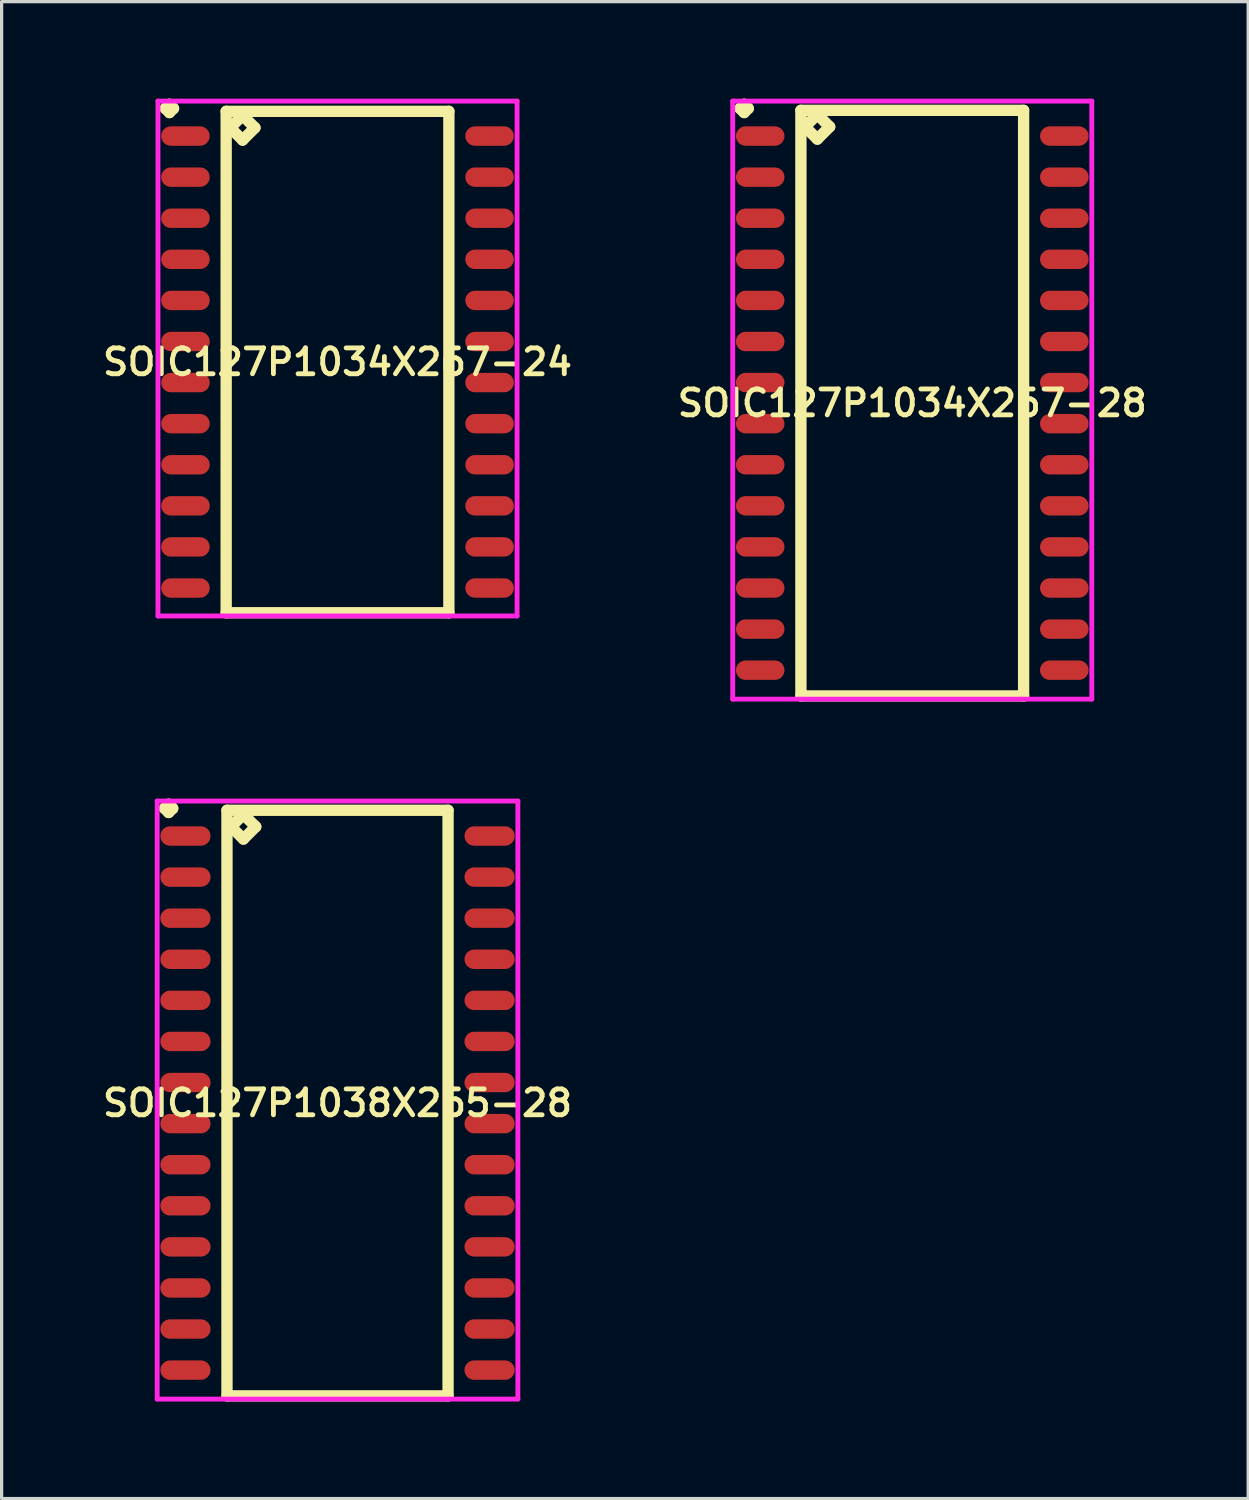
<source format=kicad_pcb>
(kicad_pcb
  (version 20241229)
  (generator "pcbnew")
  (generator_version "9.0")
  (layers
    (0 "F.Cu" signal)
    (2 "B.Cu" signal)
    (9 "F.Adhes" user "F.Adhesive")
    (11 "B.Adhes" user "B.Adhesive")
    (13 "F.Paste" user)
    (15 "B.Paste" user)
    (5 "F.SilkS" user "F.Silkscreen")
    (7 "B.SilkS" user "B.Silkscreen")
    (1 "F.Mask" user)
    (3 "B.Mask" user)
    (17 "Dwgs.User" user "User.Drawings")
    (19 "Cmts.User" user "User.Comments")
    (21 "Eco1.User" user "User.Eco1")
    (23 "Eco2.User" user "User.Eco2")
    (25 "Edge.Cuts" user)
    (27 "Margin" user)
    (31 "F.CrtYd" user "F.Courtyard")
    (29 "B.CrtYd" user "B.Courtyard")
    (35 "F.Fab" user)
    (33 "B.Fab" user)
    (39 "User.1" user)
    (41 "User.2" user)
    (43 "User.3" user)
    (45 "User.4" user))
  (footprint "SOIC127P1034X267-24"
    (layer "F.Cu")
    (at 7.383 8.141)
    (property "Reference" "SOIC127P1034X267-24" (at 0 0 0) (layer "F.SilkS") (effects (font (size 0.8 0.8) (thickness 0.15))))
    (attr through_hole)
    (fp_line (start -5.323 -7.839) (end -5.196 -7.966) (stroke (width 0.35) (type solid)) (layer "F.SilkS"))
    (fp_line (start -5.196 -7.966) (end -5.069 -7.839) (stroke (width 0.35) (type solid)) (layer "F.SilkS"))
    (fp_line (start -5.196 -7.712) (end -5.323 -7.839) (stroke (width 0.35) (type solid)) (layer "F.SilkS"))
    (fp_line (start -5.069 -7.839) (end -5.196 -7.712) (stroke (width 0.35) (type solid)) (layer "F.SilkS"))
    (fp_line (start -3.442 -7.75) (end -3.442 7.75) (stroke (width 0.35) (type solid)) (layer "F.SilkS"))
    (fp_line (start -3.442 7.75) (end 3.442 7.75) (stroke (width 0.35) (type solid)) (layer "F.SilkS"))
    (fp_line (start -3.315 -7.242) (end -2.934 -7.623) (stroke (width 0.35) (type solid)) (layer "F.SilkS"))
    (fp_line (start -2.934 -7.623) (end -2.553 -7.242) (stroke (width 0.35) (type solid)) (layer "F.SilkS"))
    (fp_line (start -2.934 -6.861) (end -3.315 -7.242) (stroke (width 0.35) (type solid)) (layer "F.SilkS"))
    (fp_line (start -2.553 -7.242) (end -2.934 -6.861) (stroke (width 0.35) (type solid)) (layer "F.SilkS"))
    (fp_line (start 3.442 -7.75) (end -3.442 -7.75) (stroke (width 0.35) (type solid)) (layer "F.SilkS"))
    (fp_line (start 3.442 7.75) (end 3.442 -7.75) (stroke (width 0.35) (type solid)) (layer "F.SilkS"))
    (fp_line (start -5.55 -8.066) (end 5.55 -8.066) (stroke (width 0.15) (type solid)) (layer "F.CrtYd"))
    (fp_line (start -5.55 7.85) (end -5.55 -8.066) (stroke (width 0.15) (type solid)) (layer "F.CrtYd"))
    (fp_line (start 5.55 -8.066) (end 5.55 7.85) (stroke (width 0.15) (type solid)) (layer "F.CrtYd"))
    (fp_line (start 5.55 7.85) (end -5.55 7.85) (stroke (width 0.15) (type solid)) (layer "F.CrtYd"))
    (pad "1" smd oval (at -4.7 -6.985) (size 1.5 0.6) (layers "F.Cu" "F.Mask" "F.Paste"))
    (pad "2" smd oval (at -4.7 -5.715) (size 1.5 0.6) (layers "F.Cu" "F.Mask" "F.Paste"))
    (pad "3" smd oval (at -4.7 -4.445) (size 1.5 0.6) (layers "F.Cu" "F.Mask" "F.Paste"))
    (pad "4" smd oval (at -4.7 -3.175) (size 1.5 0.6) (layers "F.Cu" "F.Mask" "F.Paste"))
    (pad "5" smd oval (at -4.7 -1.905) (size 1.5 0.6) (layers "F.Cu" "F.Mask" "F.Paste"))
    (pad "6" smd oval (at -4.7 -0.635) (size 1.5 0.6) (layers "F.Cu" "F.Mask" "F.Paste"))
    (pad "7" smd oval (at -4.7 0.635) (size 1.5 0.6) (layers "F.Cu" "F.Mask" "F.Paste"))
    (pad "8" smd oval (at -4.7 1.905) (size 1.5 0.6) (layers "F.Cu" "F.Mask" "F.Paste"))
    (pad "9" smd oval (at -4.7 3.175) (size 1.5 0.6) (layers "F.Cu" "F.Mask" "F.Paste"))
    (pad "10" smd oval (at -4.7 4.445) (size 1.5 0.6) (layers "F.Cu" "F.Mask" "F.Paste"))
    (pad "11" smd oval (at -4.7 5.715) (size 1.5 0.6) (layers "F.Cu" "F.Mask" "F.Paste"))
    (pad "12" smd oval (at -4.7 6.985) (size 1.5 0.6) (layers "F.Cu" "F.Mask" "F.Paste"))
    (pad "13" smd oval (at 4.7 6.985) (size 1.5 0.6) (layers "F.Cu" "F.Mask" "F.Paste"))
    (pad "14" smd oval (at 4.7 5.715) (size 1.5 0.6) (layers "F.Cu" "F.Mask" "F.Paste"))
    (pad "15" smd oval (at 4.7 4.445) (size 1.5 0.6) (layers "F.Cu" "F.Mask" "F.Paste"))
    (pad "16" smd oval (at 4.7 3.175) (size 1.5 0.6) (layers "F.Cu" "F.Mask" "F.Paste"))
    (pad "17" smd oval (at 4.7 1.905) (size 1.5 0.6) (layers "F.Cu" "F.Mask" "F.Paste"))
    (pad "18" smd oval (at 4.7 0.635) (size 1.5 0.6) (layers "F.Cu" "F.Mask" "F.Paste"))
    (pad "19" smd oval (at 4.7 -0.635) (size 1.5 0.6) (layers "F.Cu" "F.Mask" "F.Paste"))
    (pad "20" smd oval (at 4.7 -1.905) (size 1.5 0.6) (layers "F.Cu" "F.Mask" "F.Paste"))
    (pad "21" smd oval (at 4.7 -3.175) (size 1.5 0.6) (layers "F.Cu" "F.Mask" "F.Paste"))
    (pad "22" smd oval (at 4.7 -4.445) (size 1.5 0.6) (layers "F.Cu" "F.Mask" "F.Paste"))
    (pad "23" smd oval (at 4.7 -5.715) (size 1.5 0.6) (layers "F.Cu" "F.Mask" "F.Paste"))
    (pad "24" smd oval (at 4.7 -6.985) (size 1.5 0.6) (layers "F.Cu" "F.Mask" "F.Paste")))
  (footprint "SOIC127P1038X265-28"
    (layer "F.Cu")
    (at 7.383 31.047)
    (property "Reference" "SOIC127P1038X265-28" (at 0 0 0) (layer "F.SilkS") (effects (font (size 0.8 0.8) (thickness 0.15))))
    (attr smd)
    (fp_line (start -5.348 -9.109) (end -5.221 -9.236) (stroke (width 0.35) (type solid)) (layer "F.SilkS"))
    (fp_line (start -5.221 -9.236) (end -5.094 -9.109) (stroke (width 0.35) (type solid)) (layer "F.SilkS"))
    (fp_line (start -5.221 -8.982) (end -5.348 -9.109) (stroke (width 0.35) (type solid)) (layer "F.SilkS"))
    (fp_line (start -5.094 -9.109) (end -5.221 -8.982) (stroke (width 0.35) (type solid)) (layer "F.SilkS"))
    (fp_line (start -3.417 -9.05) (end -3.417 9.05) (stroke (width 0.35) (type solid)) (layer "F.SilkS"))
    (fp_line (start -3.417 9.05) (end 3.417 9.05) (stroke (width 0.35) (type solid)) (layer "F.SilkS"))
    (fp_line (start -3.29 -8.542) (end -2.909 -8.923) (stroke (width 0.35) (type solid)) (layer "F.SilkS"))
    (fp_line (start -2.909 -8.923) (end -2.528 -8.542) (stroke (width 0.35) (type solid)) (layer "F.SilkS"))
    (fp_line (start -2.909 -8.161) (end -3.29 -8.542) (stroke (width 0.35) (type solid)) (layer "F.SilkS"))
    (fp_line (start -2.528 -8.542) (end -2.909 -8.161) (stroke (width 0.35) (type solid)) (layer "F.SilkS"))
    (fp_line (start 3.417 -9.05) (end -3.417 -9.05) (stroke (width 0.35) (type solid)) (layer "F.SilkS"))
    (fp_line (start 3.417 9.05) (end 3.417 -9.05) (stroke (width 0.35) (type solid)) (layer "F.SilkS"))
    (fp_line (start -5.575 -9.336) (end 5.575 -9.336) (stroke (width 0.15) (type solid)) (layer "F.CrtYd"))
    (fp_line (start -5.575 9.15) (end -5.575 -9.336) (stroke (width 0.15) (type solid)) (layer "F.CrtYd"))
    (fp_line (start 5.575 -9.336) (end 5.575 9.15) (stroke (width 0.15) (type solid)) (layer "F.CrtYd"))
    (fp_line (start 5.575 9.15) (end -5.575 9.15) (stroke (width 0.15) (type solid)) (layer "F.CrtYd"))
    (pad "1" smd oval (at -4.7 -8.255) (size 1.55 0.6) (layers "F.Cu" "F.Mask" "F.Paste"))
    (pad "2" smd oval (at -4.7 -6.985) (size 1.55 0.6) (layers "F.Cu" "F.Mask" "F.Paste"))
    (pad "3" smd oval (at -4.7 -5.715) (size 1.55 0.6) (layers "F.Cu" "F.Mask" "F.Paste"))
    (pad "4" smd oval (at -4.7 -4.445) (size 1.55 0.6) (layers "F.Cu" "F.Mask" "F.Paste"))
    (pad "5" smd oval (at -4.7 -3.175) (size 1.55 0.6) (layers "F.Cu" "F.Mask" "F.Paste"))
    (pad "6" smd oval (at -4.7 -1.905) (size 1.55 0.6) (layers "F.Cu" "F.Mask" "F.Paste"))
    (pad "7" smd oval (at -4.7 -0.635) (size 1.55 0.6) (layers "F.Cu" "F.Mask" "F.Paste"))
    (pad "8" smd oval (at -4.7 0.635) (size 1.55 0.6) (layers "F.Cu" "F.Mask" "F.Paste"))
    (pad "9" smd oval (at -4.7 1.905) (size 1.55 0.6) (layers "F.Cu" "F.Mask" "F.Paste"))
    (pad "10" smd oval (at -4.7 3.175) (size 1.55 0.6) (layers "F.Cu" "F.Mask" "F.Paste"))
    (pad "11" smd oval (at -4.7 4.445) (size 1.55 0.6) (layers "F.Cu" "F.Mask" "F.Paste"))
    (pad "12" smd oval (at -4.7 5.715) (size 1.55 0.6) (layers "F.Cu" "F.Mask" "F.Paste"))
    (pad "13" smd oval (at -4.7 6.985) (size 1.55 0.6) (layers "F.Cu" "F.Mask" "F.Paste"))
    (pad "14" smd oval (at -4.7 8.255) (size 1.55 0.6) (layers "F.Cu" "F.Mask" "F.Paste"))
    (pad "15" smd oval (at 4.7 8.255) (size 1.55 0.6) (layers "F.Cu" "F.Mask" "F.Paste"))
    (pad "16" smd oval (at 4.7 6.985) (size 1.55 0.6) (layers "F.Cu" "F.Mask" "F.Paste"))
    (pad "17" smd oval (at 4.7 5.715) (size 1.55 0.6) (layers "F.Cu" "F.Mask" "F.Paste"))
    (pad "18" smd oval (at 4.7 4.445) (size 1.55 0.6) (layers "F.Cu" "F.Mask" "F.Paste"))
    (pad "19" smd oval (at 4.7 3.175) (size 1.55 0.6) (layers "F.Cu" "F.Mask" "F.Paste"))
    (pad "20" smd oval (at 4.7 1.905) (size 1.55 0.6) (layers "F.Cu" "F.Mask" "F.Paste"))
    (pad "21" smd oval (at 4.7 0.635) (size 1.55 0.6) (layers "F.Cu" "F.Mask" "F.Paste"))
    (pad "22" smd oval (at 4.7 -0.635) (size 1.55 0.6) (layers "F.Cu" "F.Mask" "F.Paste"))
    (pad "23" smd oval (at 4.7 -1.905) (size 1.55 0.6) (layers "F.Cu" "F.Mask" "F.Paste"))
    (pad "24" smd oval (at 4.7 -3.175) (size 1.55 0.6) (layers "F.Cu" "F.Mask" "F.Paste"))
    (pad "25" smd oval (at 4.7 -4.445) (size 1.55 0.6) (layers "F.Cu" "F.Mask" "F.Paste"))
    (pad "26" smd oval (at 4.7 -5.715) (size 1.55 0.6) (layers "F.Cu" "F.Mask" "F.Paste"))
    (pad "27" smd oval (at 4.7 -6.985) (size 1.55 0.6) (layers "F.Cu" "F.Mask" "F.Paste"))
    (pad "28" smd oval (at 4.7 -8.255) (size 1.55 0.6) (layers "F.Cu" "F.Mask" "F.Paste")))
  (footprint "SOIC127P1034X267-28"
    (layer "F.Cu")
    (at 25.149 9.411)
    (property "Reference" "SOIC127P1034X267-28" (at 0 0 0) (layer "F.SilkS") (effects (font (size 0.8 0.8) (thickness 0.15))))
    (attr smd)
    (fp_line (start -5.323 -9.109) (end -5.196 -9.236) (stroke (width 0.35) (type solid)) (layer "F.SilkS"))
    (fp_line (start -5.196 -9.236) (end -5.069 -9.109) (stroke (width 0.35) (type solid)) (layer "F.SilkS"))
    (fp_line (start -5.196 -8.982) (end -5.323 -9.109) (stroke (width 0.35) (type solid)) (layer "F.SilkS"))
    (fp_line (start -5.069 -9.109) (end -5.196 -8.982) (stroke (width 0.35) (type solid)) (layer "F.SilkS"))
    (fp_line (start -3.442 -9.05) (end -3.442 9.05) (stroke (width 0.35) (type solid)) (layer "F.SilkS"))
    (fp_line (start -3.442 9.05) (end 3.442 9.05) (stroke (width 0.35) (type solid)) (layer "F.SilkS"))
    (fp_line (start -3.315 -8.542) (end -2.934 -8.923) (stroke (width 0.35) (type solid)) (layer "F.SilkS"))
    (fp_line (start -2.934 -8.923) (end -2.553 -8.542) (stroke (width 0.35) (type solid)) (layer "F.SilkS"))
    (fp_line (start -2.934 -8.161) (end -3.315 -8.542) (stroke (width 0.35) (type solid)) (layer "F.SilkS"))
    (fp_line (start -2.553 -8.542) (end -2.934 -8.161) (stroke (width 0.35) (type solid)) (layer "F.SilkS"))
    (fp_line (start 3.442 -9.05) (end -3.442 -9.05) (stroke (width 0.35) (type solid)) (layer "F.SilkS"))
    (fp_line (start 3.442 9.05) (end 3.442 -9.05) (stroke (width 0.35) (type solid)) (layer "F.SilkS"))
    (fp_line (start -5.55 -9.336) (end 5.55 -9.336) (stroke (width 0.15) (type solid)) (layer "F.CrtYd"))
    (fp_line (start -5.55 9.15) (end -5.55 -9.336) (stroke (width 0.15) (type solid)) (layer "F.CrtYd"))
    (fp_line (start 5.55 -9.336) (end 5.55 9.15) (stroke (width 0.15) (type solid)) (layer "F.CrtYd"))
    (fp_line (start 5.55 9.15) (end -5.55 9.15) (stroke (width 0.15) (type solid)) (layer "F.CrtYd"))
    (pad "1" smd oval (at -4.7 -8.255) (size 1.5 0.6) (layers "F.Cu" "F.Mask" "F.Paste"))
    (pad "2" smd oval (at -4.7 -6.985) (size 1.5 0.6) (layers "F.Cu" "F.Mask" "F.Paste"))
    (pad "3" smd oval (at -4.7 -5.715) (size 1.5 0.6) (layers "F.Cu" "F.Mask" "F.Paste"))
    (pad "4" smd oval (at -4.7 -4.445) (size 1.5 0.6) (layers "F.Cu" "F.Mask" "F.Paste"))
    (pad "5" smd oval (at -4.7 -3.175) (size 1.5 0.6) (layers "F.Cu" "F.Mask" "F.Paste"))
    (pad "6" smd oval (at -4.7 -1.905) (size 1.5 0.6) (layers "F.Cu" "F.Mask" "F.Paste"))
    (pad "7" smd oval (at -4.7 -0.635) (size 1.5 0.6) (layers "F.Cu" "F.Mask" "F.Paste"))
    (pad "8" smd oval (at -4.7 0.635) (size 1.5 0.6) (layers "F.Cu" "F.Mask" "F.Paste"))
    (pad "9" smd oval (at -4.7 1.905) (size 1.5 0.6) (layers "F.Cu" "F.Mask" "F.Paste"))
    (pad "10" smd oval (at -4.7 3.175) (size 1.5 0.6) (layers "F.Cu" "F.Mask" "F.Paste"))
    (pad "11" smd oval (at -4.7 4.445) (size 1.5 0.6) (layers "F.Cu" "F.Mask" "F.Paste"))
    (pad "12" smd oval (at -4.7 5.715) (size 1.5 0.6) (layers "F.Cu" "F.Mask" "F.Paste"))
    (pad "13" smd oval (at -4.7 6.985) (size 1.5 0.6) (layers "F.Cu" "F.Mask" "F.Paste"))
    (pad "14" smd oval (at -4.7 8.255) (size 1.5 0.6) (layers "F.Cu" "F.Mask" "F.Paste"))
    (pad "15" smd oval (at 4.7 8.255) (size 1.5 0.6) (layers "F.Cu" "F.Mask" "F.Paste"))
    (pad "16" smd oval (at 4.7 6.985) (size 1.5 0.6) (layers "F.Cu" "F.Mask" "F.Paste"))
    (pad "17" smd oval (at 4.7 5.715) (size 1.5 0.6) (layers "F.Cu" "F.Mask" "F.Paste"))
    (pad "18" smd oval (at 4.7 4.445) (size 1.5 0.6) (layers "F.Cu" "F.Mask" "F.Paste"))
    (pad "19" smd oval (at 4.7 3.175) (size 1.5 0.6) (layers "F.Cu" "F.Mask" "F.Paste"))
    (pad "20" smd oval (at 4.7 1.905) (size 1.5 0.6) (layers "F.Cu" "F.Mask" "F.Paste"))
    (pad "21" smd oval (at 4.7 0.635) (size 1.5 0.6) (layers "F.Cu" "F.Mask" "F.Paste"))
    (pad "22" smd oval (at 4.7 -0.635) (size 1.5 0.6) (layers "F.Cu" "F.Mask" "F.Paste"))
    (pad "23" smd oval (at 4.7 -1.905) (size 1.5 0.6) (layers "F.Cu" "F.Mask" "F.Paste"))
    (pad "24" smd oval (at 4.7 -3.175) (size 1.5 0.6) (layers "F.Cu" "F.Mask" "F.Paste"))
    (pad "25" smd oval (at 4.7 -4.445) (size 1.5 0.6) (layers "F.Cu" "F.Mask" "F.Paste"))
    (pad "26" smd oval (at 4.7 -5.715) (size 1.5 0.6) (layers "F.Cu" "F.Mask" "F.Paste"))
    (pad "27" smd oval (at 4.7 -6.985) (size 1.5 0.6) (layers "F.Cu" "F.Mask" "F.Paste"))
    (pad "28" smd oval (at 4.7 -8.255) (size 1.5 0.6) (layers "F.Cu" "F.Mask" "F.Paste")))
  (gr_rect
    (start -3 -3)
    (end 35.532 43.272)
    (stroke (width 0.1) (type default))
    (fill no)
    (layer "Edge.Cuts")))
</source>
